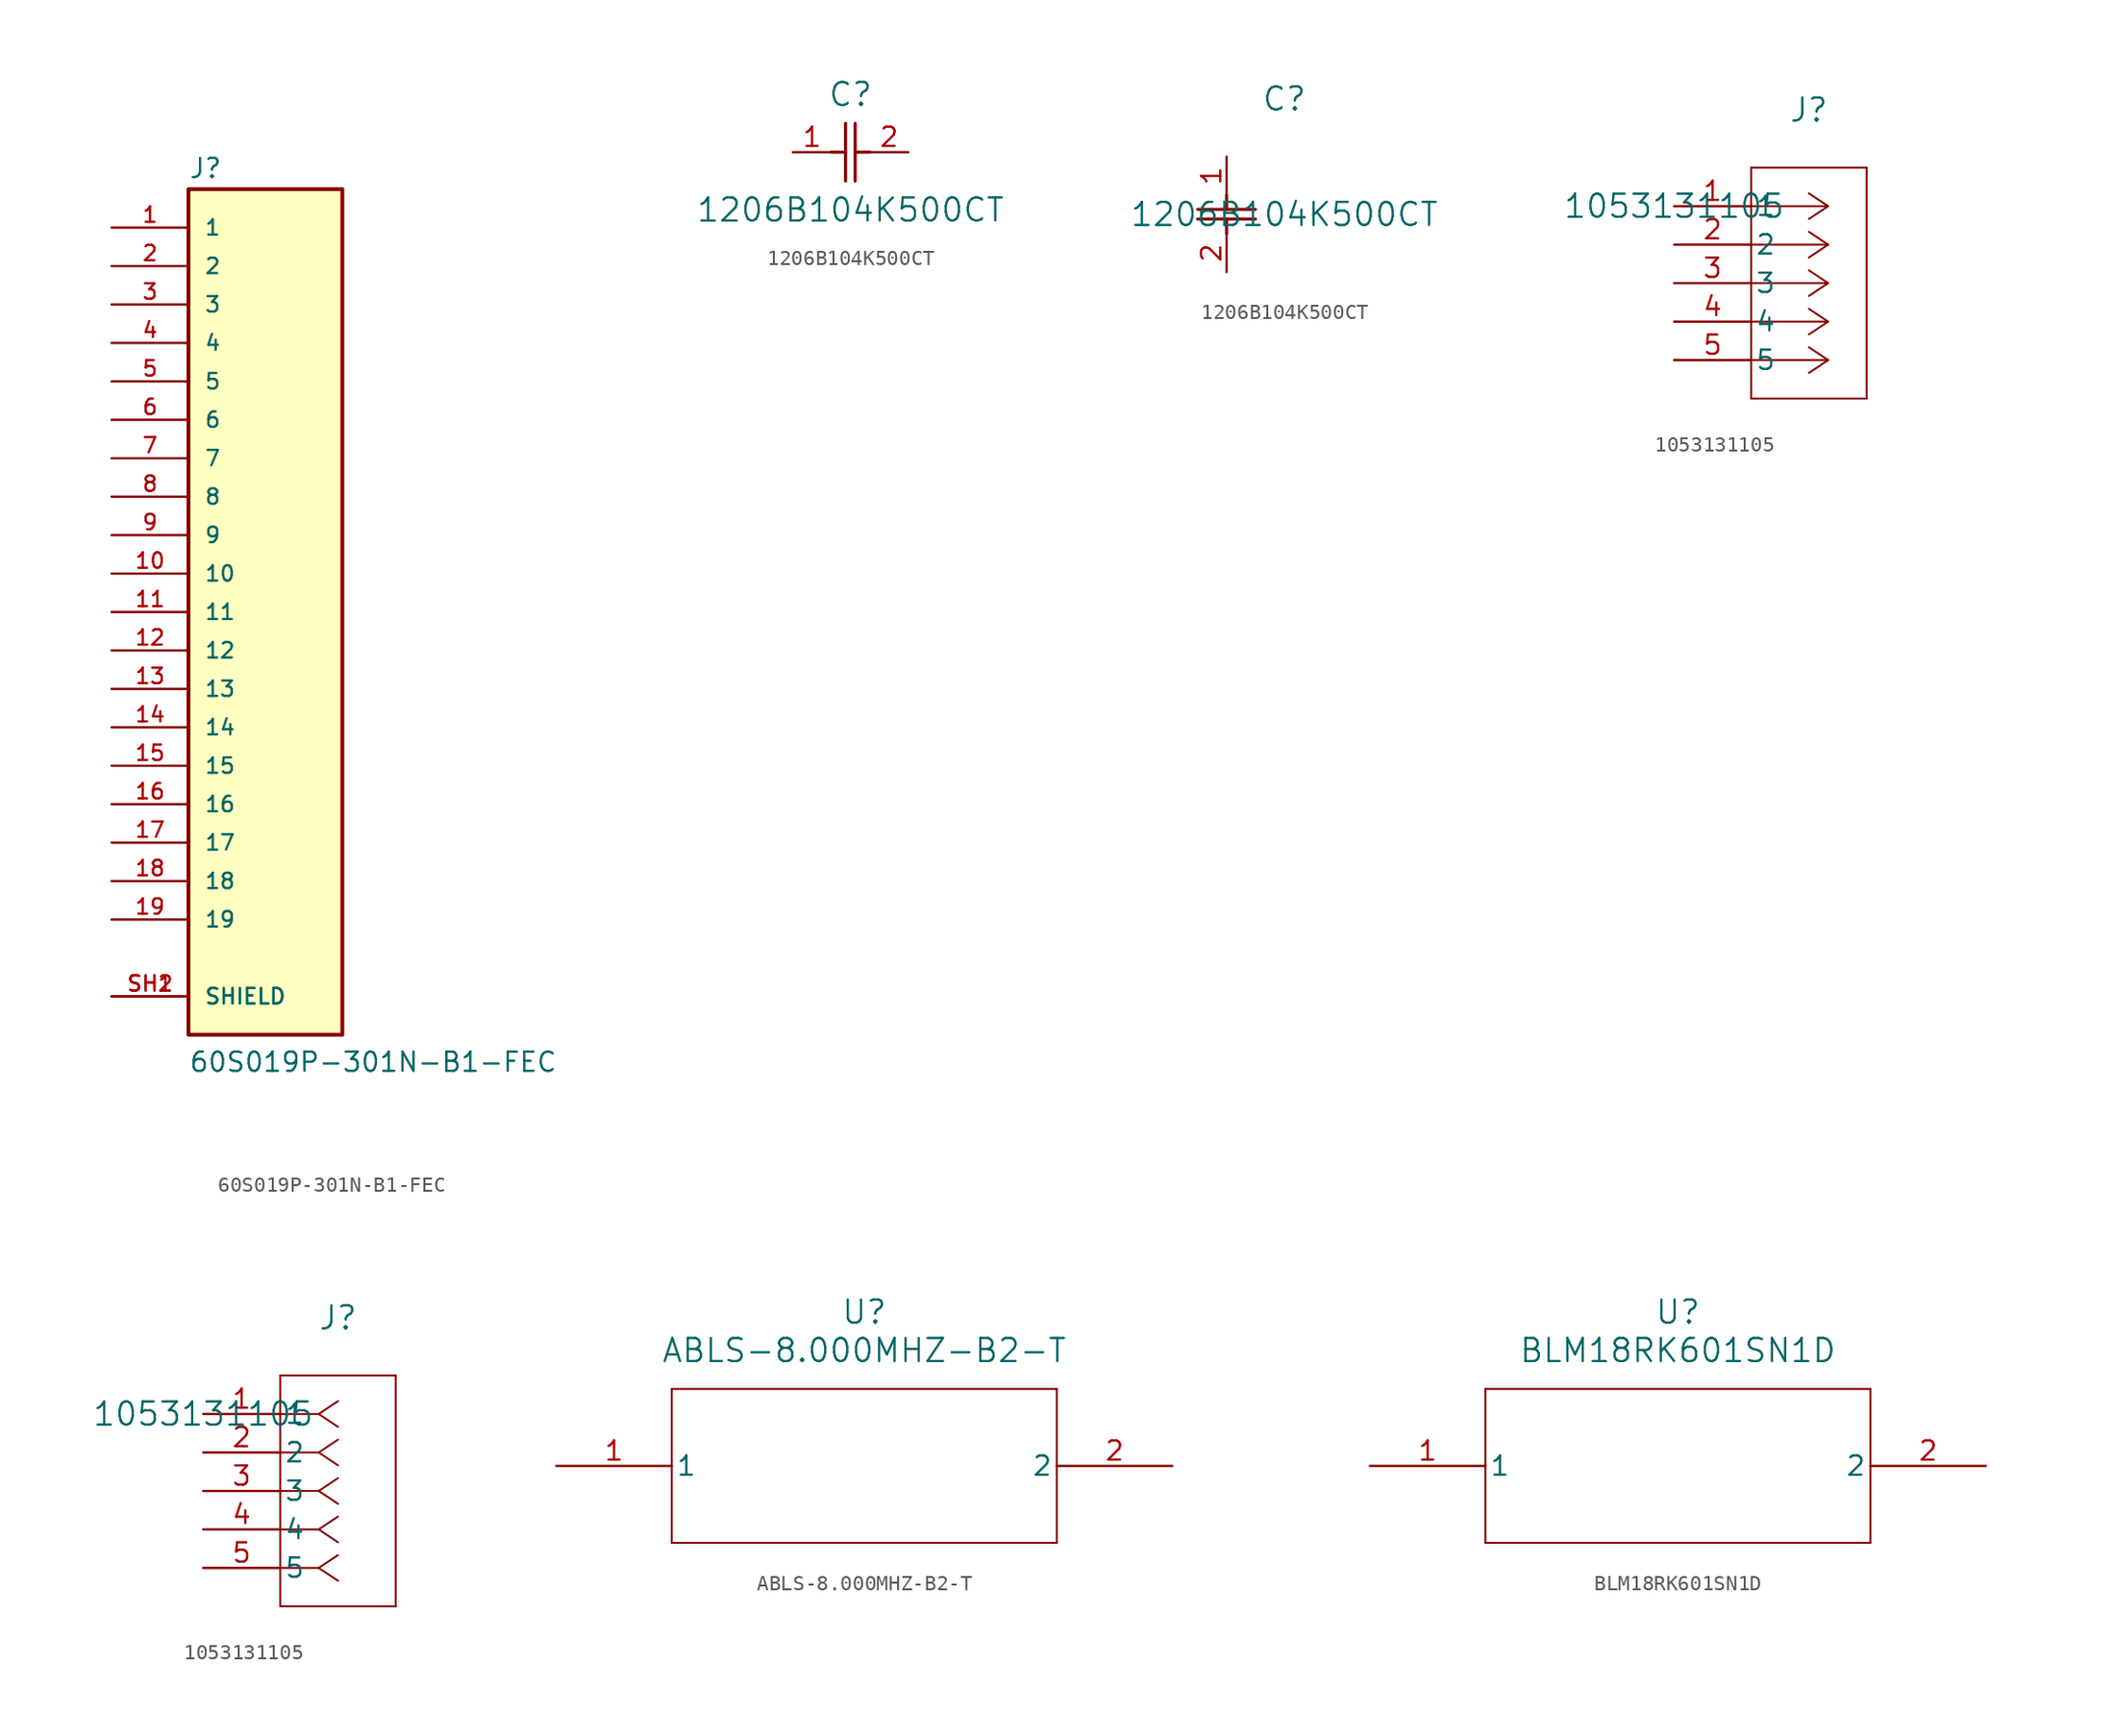
<source format=kicad_sym>
(kicad_symbol_lib
  (version 20231120)
  (generator "kicad_symbol_editor")
  (generator_version "8.0")
  (symbol "60S019P-301N-B1-FEC"
    (pin_names
      (offset 1.016))
    (property "Reference" "J"
      (at -5.08 28.575 0)
      (effects (font (size 1.27 1.27)) (justify left bottom)))
    (property "Value" "60S019P-301N-B1-FEC"
      (at -5.08 -30.48 0)
      (effects (font (size 1.27 1.27)) (justify left bottom)))
    (symbol "60S019P-301N-B1-FEC_0_0"
      (rectangle (start -5.08 -27.94) (end 5.08 27.94) (stroke (width 0.254) (type default)) (fill (type background)))
      (pin passive line (at -10.16 25.4 0) (length 5.08) (name "1" (effects (font (size 1.016 1.016)))) (number "1" (effects (font (size 1.016 1.016)))))
      (pin passive line (at -10.16 2.54 0) (length 5.08) (name "10" (effects (font (size 1.016 1.016)))) (number "10" (effects (font (size 1.016 1.016)))))
      (pin passive line (at -10.16 0 0) (length 5.08) (name "11" (effects (font (size 1.016 1.016)))) (number "11" (effects (font (size 1.016 1.016)))))
      (pin passive line (at -10.16 -2.54 0) (length 5.08) (name "12" (effects (font (size 1.016 1.016)))) (number "12" (effects (font (size 1.016 1.016)))))
      (pin passive line (at -10.16 -5.08 0) (length 5.08) (name "13" (effects (font (size 1.016 1.016)))) (number "13" (effects (font (size 1.016 1.016)))))
      (pin passive line (at -10.16 -7.62 0) (length 5.08) (name "14" (effects (font (size 1.016 1.016)))) (number "14" (effects (font (size 1.016 1.016)))))
      (pin passive line (at -10.16 -10.16 0) (length 5.08) (name "15" (effects (font (size 1.016 1.016)))) (number "15" (effects (font (size 1.016 1.016)))))
      (pin passive line (at -10.16 -12.7 0) (length 5.08) (name "16" (effects (font (size 1.016 1.016)))) (number "16" (effects (font (size 1.016 1.016)))))
      (pin passive line (at -10.16 -15.24 0) (length 5.08) (name "17" (effects (font (size 1.016 1.016)))) (number "17" (effects (font (size 1.016 1.016)))))
      (pin passive line (at -10.16 -17.78 0) (length 5.08) (name "18" (effects (font (size 1.016 1.016)))) (number "18" (effects (font (size 1.016 1.016)))))
      (pin passive line (at -10.16 -20.32 0) (length 5.08) (name "19" (effects (font (size 1.016 1.016)))) (number "19" (effects (font (size 1.016 1.016)))))
      (pin passive line (at -10.16 22.86 0) (length 5.08) (name "2" (effects (font (size 1.016 1.016)))) (number "2" (effects (font (size 1.016 1.016)))))
      (pin passive line (at -10.16 20.32 0) (length 5.08) (name "3" (effects (font (size 1.016 1.016)))) (number "3" (effects (font (size 1.016 1.016)))))
      (pin passive line (at -10.16 17.78 0) (length 5.08) (name "4" (effects (font (size 1.016 1.016)))) (number "4" (effects (font (size 1.016 1.016)))))
      (pin passive line (at -10.16 15.24 0) (length 5.08) (name "5" (effects (font (size 1.016 1.016)))) (number "5" (effects (font (size 1.016 1.016)))))
      (pin passive line (at -10.16 12.7 0) (length 5.08) (name "6" (effects (font (size 1.016 1.016)))) (number "6" (effects (font (size 1.016 1.016)))))
      (pin passive line (at -10.16 10.16 0) (length 5.08) (name "7" (effects (font (size 1.016 1.016)))) (number "7" (effects (font (size 1.016 1.016)))))
      (pin passive line (at -10.16 7.62 0) (length 5.08) (name "8" (effects (font (size 1.016 1.016)))) (number "8" (effects (font (size 1.016 1.016)))))
      (pin passive line (at -10.16 5.08 0) (length 5.08) (name "9" (effects (font (size 1.016 1.016)))) (number "9" (effects (font (size 1.016 1.016)))))
      (pin passive line (at -10.16 -25.4 0) (length 5.08) (name "SHIELD" (effects (font (size 1.016 1.016)))) (number "SH1" (effects (font (size 1.016 1.016)))))
      (pin passive line (at -10.16 -25.4 0) (length 5.08) (name "SHIELD" (effects (font (size 1.016 1.016)))) (number "SH2" (effects (font (size 1.016 1.016)))))))
  (symbol "1206B104K500CT"
    (pin_names
      (offset 0.254))
    (property "Reference" "C"
      (at 3.81 3.81 0)
      (effects (font (size 1.524 1.524))))
    (property "Value" "1206B104K500CT"
      (at 3.81 -3.81 0)
      (effects (font (size 1.524 1.524))))
    (property "ki_locked" ""
      (at 0 0 0)
      (effects (font (size 1.27 1.27))))
    (symbol "1206B104K500CT_1_1"
      (polyline (pts (xy 2.54 0) (xy 3.48 0)) (stroke (width 0.203) (type default)) (fill (type none)))
      (polyline (pts (xy 3.48 -1.905) (xy 3.48 1.905)) (stroke (width 0.203) (type default)) (fill (type none)))
      (polyline (pts (xy 4.115 -1.905) (xy 4.115 1.905)) (stroke (width 0.203) (type default)) (fill (type none)))
      (polyline (pts (xy 4.115 0) (xy 5.08 0)) (stroke (width 0.203) (type default)) (fill (type none)))
      (pin unspecified line (at 0 0 0) (length 2.54) (name "" (effects (font (size 1.27 1.27)))) (number "1" (effects (font (size 1.27 1.27)))))
      (pin unspecified line (at 7.62 0 180) (length 2.54) (name "" (effects (font (size 1.27 1.27)))) (number "2" (effects (font (size 1.27 1.27))))))
    (symbol "1206B104K500CT_1_2"
      (polyline (pts (xy -1.905 -4.115) (xy 1.905 -4.115)) (stroke (width 0.203) (type default)) (fill (type none)))
      (polyline (pts (xy -1.905 -3.48) (xy 1.905 -3.48)) (stroke (width 0.203) (type default)) (fill (type none)))
      (polyline (pts (xy 0 -4.115) (xy 0 -5.08)) (stroke (width 0.203) (type default)) (fill (type none)))
      (polyline (pts (xy 0 -2.54) (xy 0 -3.48)) (stroke (width 0.203) (type default)) (fill (type none)))
      (pin unspecified line (at 0 0 270) (length 2.54) (name "" (effects (font (size 1.27 1.27)))) (number "1" (effects (font (size 1.27 1.27)))))
      (pin unspecified line (at 0 -7.62 90) (length 2.54) (name "" (effects (font (size 1.27 1.27)))) (number "2" (effects (font (size 1.27 1.27)))))))
  (symbol "1053131105"
    (pin_names
      (offset 0.254))
    (property "Reference" "J"
      (at 8.89 6.35 0)
      (effects (font (size 1.524 1.524))))
    (property "Value" "1053131105"
      (at 0 0 0)
      (effects (font (size 1.524 1.524))))
    (property "ki_locked" ""
      (at 0 0 0)
      (effects (font (size 1.27 1.27))))
    (symbol "1053131105_1_1"
      (polyline (pts (xy 5.08 -12.7) (xy 12.7 -12.7)) (stroke (width 0.127) (type default)) (fill (type none)))
      (polyline (pts (xy 5.08 2.54) (xy 5.08 -12.7)) (stroke (width 0.127) (type default)) (fill (type none)))
      (polyline (pts (xy 10.16 -10.16) (xy 5.08 -10.16)) (stroke (width 0.127) (type default)) (fill (type none)))
      (polyline (pts (xy 10.16 -10.16) (xy 8.89 -11.007)) (stroke (width 0.127) (type default)) (fill (type none)))
      (polyline (pts (xy 10.16 -10.16) (xy 8.89 -9.313)) (stroke (width 0.127) (type default)) (fill (type none)))
      (polyline (pts (xy 10.16 -7.62) (xy 5.08 -7.62)) (stroke (width 0.127) (type default)) (fill (type none)))
      (polyline (pts (xy 10.16 -7.62) (xy 8.89 -8.467)) (stroke (width 0.127) (type default)) (fill (type none)))
      (polyline (pts (xy 10.16 -7.62) (xy 8.89 -6.773)) (stroke (width 0.127) (type default)) (fill (type none)))
      (polyline (pts (xy 10.16 -5.08) (xy 5.08 -5.08)) (stroke (width 0.127) (type default)) (fill (type none)))
      (polyline (pts (xy 10.16 -5.08) (xy 8.89 -5.927)) (stroke (width 0.127) (type default)) (fill (type none)))
      (polyline (pts (xy 10.16 -5.08) (xy 8.89 -4.233)) (stroke (width 0.127) (type default)) (fill (type none)))
      (polyline (pts (xy 10.16 -2.54) (xy 5.08 -2.54)) (stroke (width 0.127) (type default)) (fill (type none)))
      (polyline (pts (xy 10.16 -2.54) (xy 8.89 -3.387)) (stroke (width 0.127) (type default)) (fill (type none)))
      (polyline (pts (xy 10.16 -2.54) (xy 8.89 -1.693)) (stroke (width 0.127) (type default)) (fill (type none)))
      (polyline (pts (xy 10.16 0) (xy 5.08 0)) (stroke (width 0.127) (type default)) (fill (type none)))
      (polyline (pts (xy 10.16 0) (xy 8.89 -0.847)) (stroke (width 0.127) (type default)) (fill (type none)))
      (polyline (pts (xy 10.16 0) (xy 8.89 0.847)) (stroke (width 0.127) (type default)) (fill (type none)))
      (polyline (pts (xy 12.7 -12.7) (xy 12.7 2.54)) (stroke (width 0.127) (type default)) (fill (type none)))
      (polyline (pts (xy 12.7 2.54) (xy 5.08 2.54)) (stroke (width 0.127) (type default)) (fill (type none)))
      (pin unspecified line (at 0 0 0) (length 5.08) (name "1" (effects (font (size 1.27 1.27)))) (number "1" (effects (font (size 1.27 1.27)))))
      (pin unspecified line (at 0 -2.54 0) (length 5.08) (name "2" (effects (font (size 1.27 1.27)))) (number "2" (effects (font (size 1.27 1.27)))))
      (pin unspecified line (at 0 -5.08 0) (length 5.08) (name "3" (effects (font (size 1.27 1.27)))) (number "3" (effects (font (size 1.27 1.27)))))
      (pin unspecified line (at 0 -7.62 0) (length 5.08) (name "4" (effects (font (size 1.27 1.27)))) (number "4" (effects (font (size 1.27 1.27)))))
      (pin unspecified line (at 0 -10.16 0) (length 5.08) (name "5" (effects (font (size 1.27 1.27)))) (number "5" (effects (font (size 1.27 1.27))))))
    (symbol "1053131105_1_2"
      (polyline (pts (xy 5.08 -12.7) (xy 12.7 -12.7)) (stroke (width 0.127) (type default)) (fill (type none)))
      (polyline (pts (xy 5.08 2.54) (xy 5.08 -12.7)) (stroke (width 0.127) (type default)) (fill (type none)))
      (polyline (pts (xy 7.62 -10.16) (xy 5.08 -10.16)) (stroke (width 0.127) (type default)) (fill (type none)))
      (polyline (pts (xy 7.62 -10.16) (xy 8.89 -11.007)) (stroke (width 0.127) (type default)) (fill (type none)))
      (polyline (pts (xy 7.62 -10.16) (xy 8.89 -9.313)) (stroke (width 0.127) (type default)) (fill (type none)))
      (polyline (pts (xy 7.62 -7.62) (xy 5.08 -7.62)) (stroke (width 0.127) (type default)) (fill (type none)))
      (polyline (pts (xy 7.62 -7.62) (xy 8.89 -8.467)) (stroke (width 0.127) (type default)) (fill (type none)))
      (polyline (pts (xy 7.62 -7.62) (xy 8.89 -6.773)) (stroke (width 0.127) (type default)) (fill (type none)))
      (polyline (pts (xy 7.62 -5.08) (xy 5.08 -5.08)) (stroke (width 0.127) (type default)) (fill (type none)))
      (polyline (pts (xy 7.62 -5.08) (xy 8.89 -5.927)) (stroke (width 0.127) (type default)) (fill (type none)))
      (polyline (pts (xy 7.62 -5.08) (xy 8.89 -4.233)) (stroke (width 0.127) (type default)) (fill (type none)))
      (polyline (pts (xy 7.62 -2.54) (xy 5.08 -2.54)) (stroke (width 0.127) (type default)) (fill (type none)))
      (polyline (pts (xy 7.62 -2.54) (xy 8.89 -3.387)) (stroke (width 0.127) (type default)) (fill (type none)))
      (polyline (pts (xy 7.62 -2.54) (xy 8.89 -1.693)) (stroke (width 0.127) (type default)) (fill (type none)))
      (polyline (pts (xy 7.62 0) (xy 5.08 0)) (stroke (width 0.127) (type default)) (fill (type none)))
      (polyline (pts (xy 7.62 0) (xy 8.89 -0.847)) (stroke (width 0.127) (type default)) (fill (type none)))
      (polyline (pts (xy 7.62 0) (xy 8.89 0.847)) (stroke (width 0.127) (type default)) (fill (type none)))
      (polyline (pts (xy 12.7 -12.7) (xy 12.7 2.54)) (stroke (width 0.127) (type default)) (fill (type none)))
      (polyline (pts (xy 12.7 2.54) (xy 5.08 2.54)) (stroke (width 0.127) (type default)) (fill (type none)))
      (pin unspecified line (at 0 0 0) (length 5.08) (name "1" (effects (font (size 1.27 1.27)))) (number "1" (effects (font (size 1.27 1.27)))))
      (pin unspecified line (at 0 -2.54 0) (length 5.08) (name "2" (effects (font (size 1.27 1.27)))) (number "2" (effects (font (size 1.27 1.27)))))
      (pin unspecified line (at 0 -5.08 0) (length 5.08) (name "3" (effects (font (size 1.27 1.27)))) (number "3" (effects (font (size 1.27 1.27)))))
      (pin unspecified line (at 0 -7.62 0) (length 5.08) (name "4" (effects (font (size 1.27 1.27)))) (number "4" (effects (font (size 1.27 1.27)))))
      (pin unspecified line (at 0 -10.16 0) (length 5.08) (name "5" (effects (font (size 1.27 1.27)))) (number "5" (effects (font (size 1.27 1.27)))))))
  (symbol "ABLS-8.000MHZ-B2-T"
    (pin_names
      (offset 0.254))
    (property "Reference" "U"
      (at 20.32 10.16 0)
      (effects (font (size 1.524 1.524))))
    (property "Value" "ABLS-8.000MHZ-B2-T"
      (at 20.32 7.62 0)
      (effects (font (size 1.524 1.524))))
    (property "ki_locked" ""
      (at 0 0 0)
      (effects (font (size 1.27 1.27))))
    (symbol "ABLS-8.000MHZ-B2-T_0_1"
      (polyline (pts (xy 7.62 -5.08) (xy 33.02 -5.08)) (stroke (width 0.127) (type default)) (fill (type none)))
      (polyline (pts (xy 7.62 5.08) (xy 7.62 -5.08)) (stroke (width 0.127) (type default)) (fill (type none)))
      (polyline (pts (xy 33.02 -5.08) (xy 33.02 5.08)) (stroke (width 0.127) (type default)) (fill (type none)))
      (polyline (pts (xy 33.02 5.08) (xy 7.62 5.08)) (stroke (width 0.127) (type default)) (fill (type none)))
      (pin unspecified line (at 0 0 0) (length 7.62) (name "1" (effects (font (size 1.27 1.27)))) (number "1" (effects (font (size 1.27 1.27)))))
      (pin unspecified line (at 40.64 0 180) (length 7.62) (name "2" (effects (font (size 1.27 1.27)))) (number "2" (effects (font (size 1.27 1.27)))))))
  (symbol "BLM18RK601SN1D"
    (pin_names
      (offset 0.254))
    (property "Reference" "U"
      (at 20.32 10.16 0)
      (effects (font (size 1.524 1.524))))
    (property "Value" "BLM18RK601SN1D"
      (at 20.32 7.62 0)
      (effects (font (size 1.524 1.524))))
    (property "ki_locked" ""
      (at 0 0 0)
      (effects (font (size 1.27 1.27))))
    (symbol "BLM18RK601SN1D_0_1"
      (polyline (pts (xy 7.62 -5.08) (xy 33.02 -5.08)) (stroke (width 0.127) (type default)) (fill (type none)))
      (polyline (pts (xy 7.62 5.08) (xy 7.62 -5.08)) (stroke (width 0.127) (type default)) (fill (type none)))
      (polyline (pts (xy 33.02 -5.08) (xy 33.02 5.08)) (stroke (width 0.127) (type default)) (fill (type none)))
      (polyline (pts (xy 33.02 5.08) (xy 7.62 5.08)) (stroke (width 0.127) (type default)) (fill (type none)))
      (pin unspecified line (at 0 0 0) (length 7.62) (name "1" (effects (font (size 1.27 1.27)))) (number "1" (effects (font (size 1.27 1.27)))))
      (pin unspecified line (at 40.64 0 180) (length 7.62) (name "2" (effects (font (size 1.27 1.27)))) (number "2" (effects (font (size 1.27 1.27))))))))
</source>
